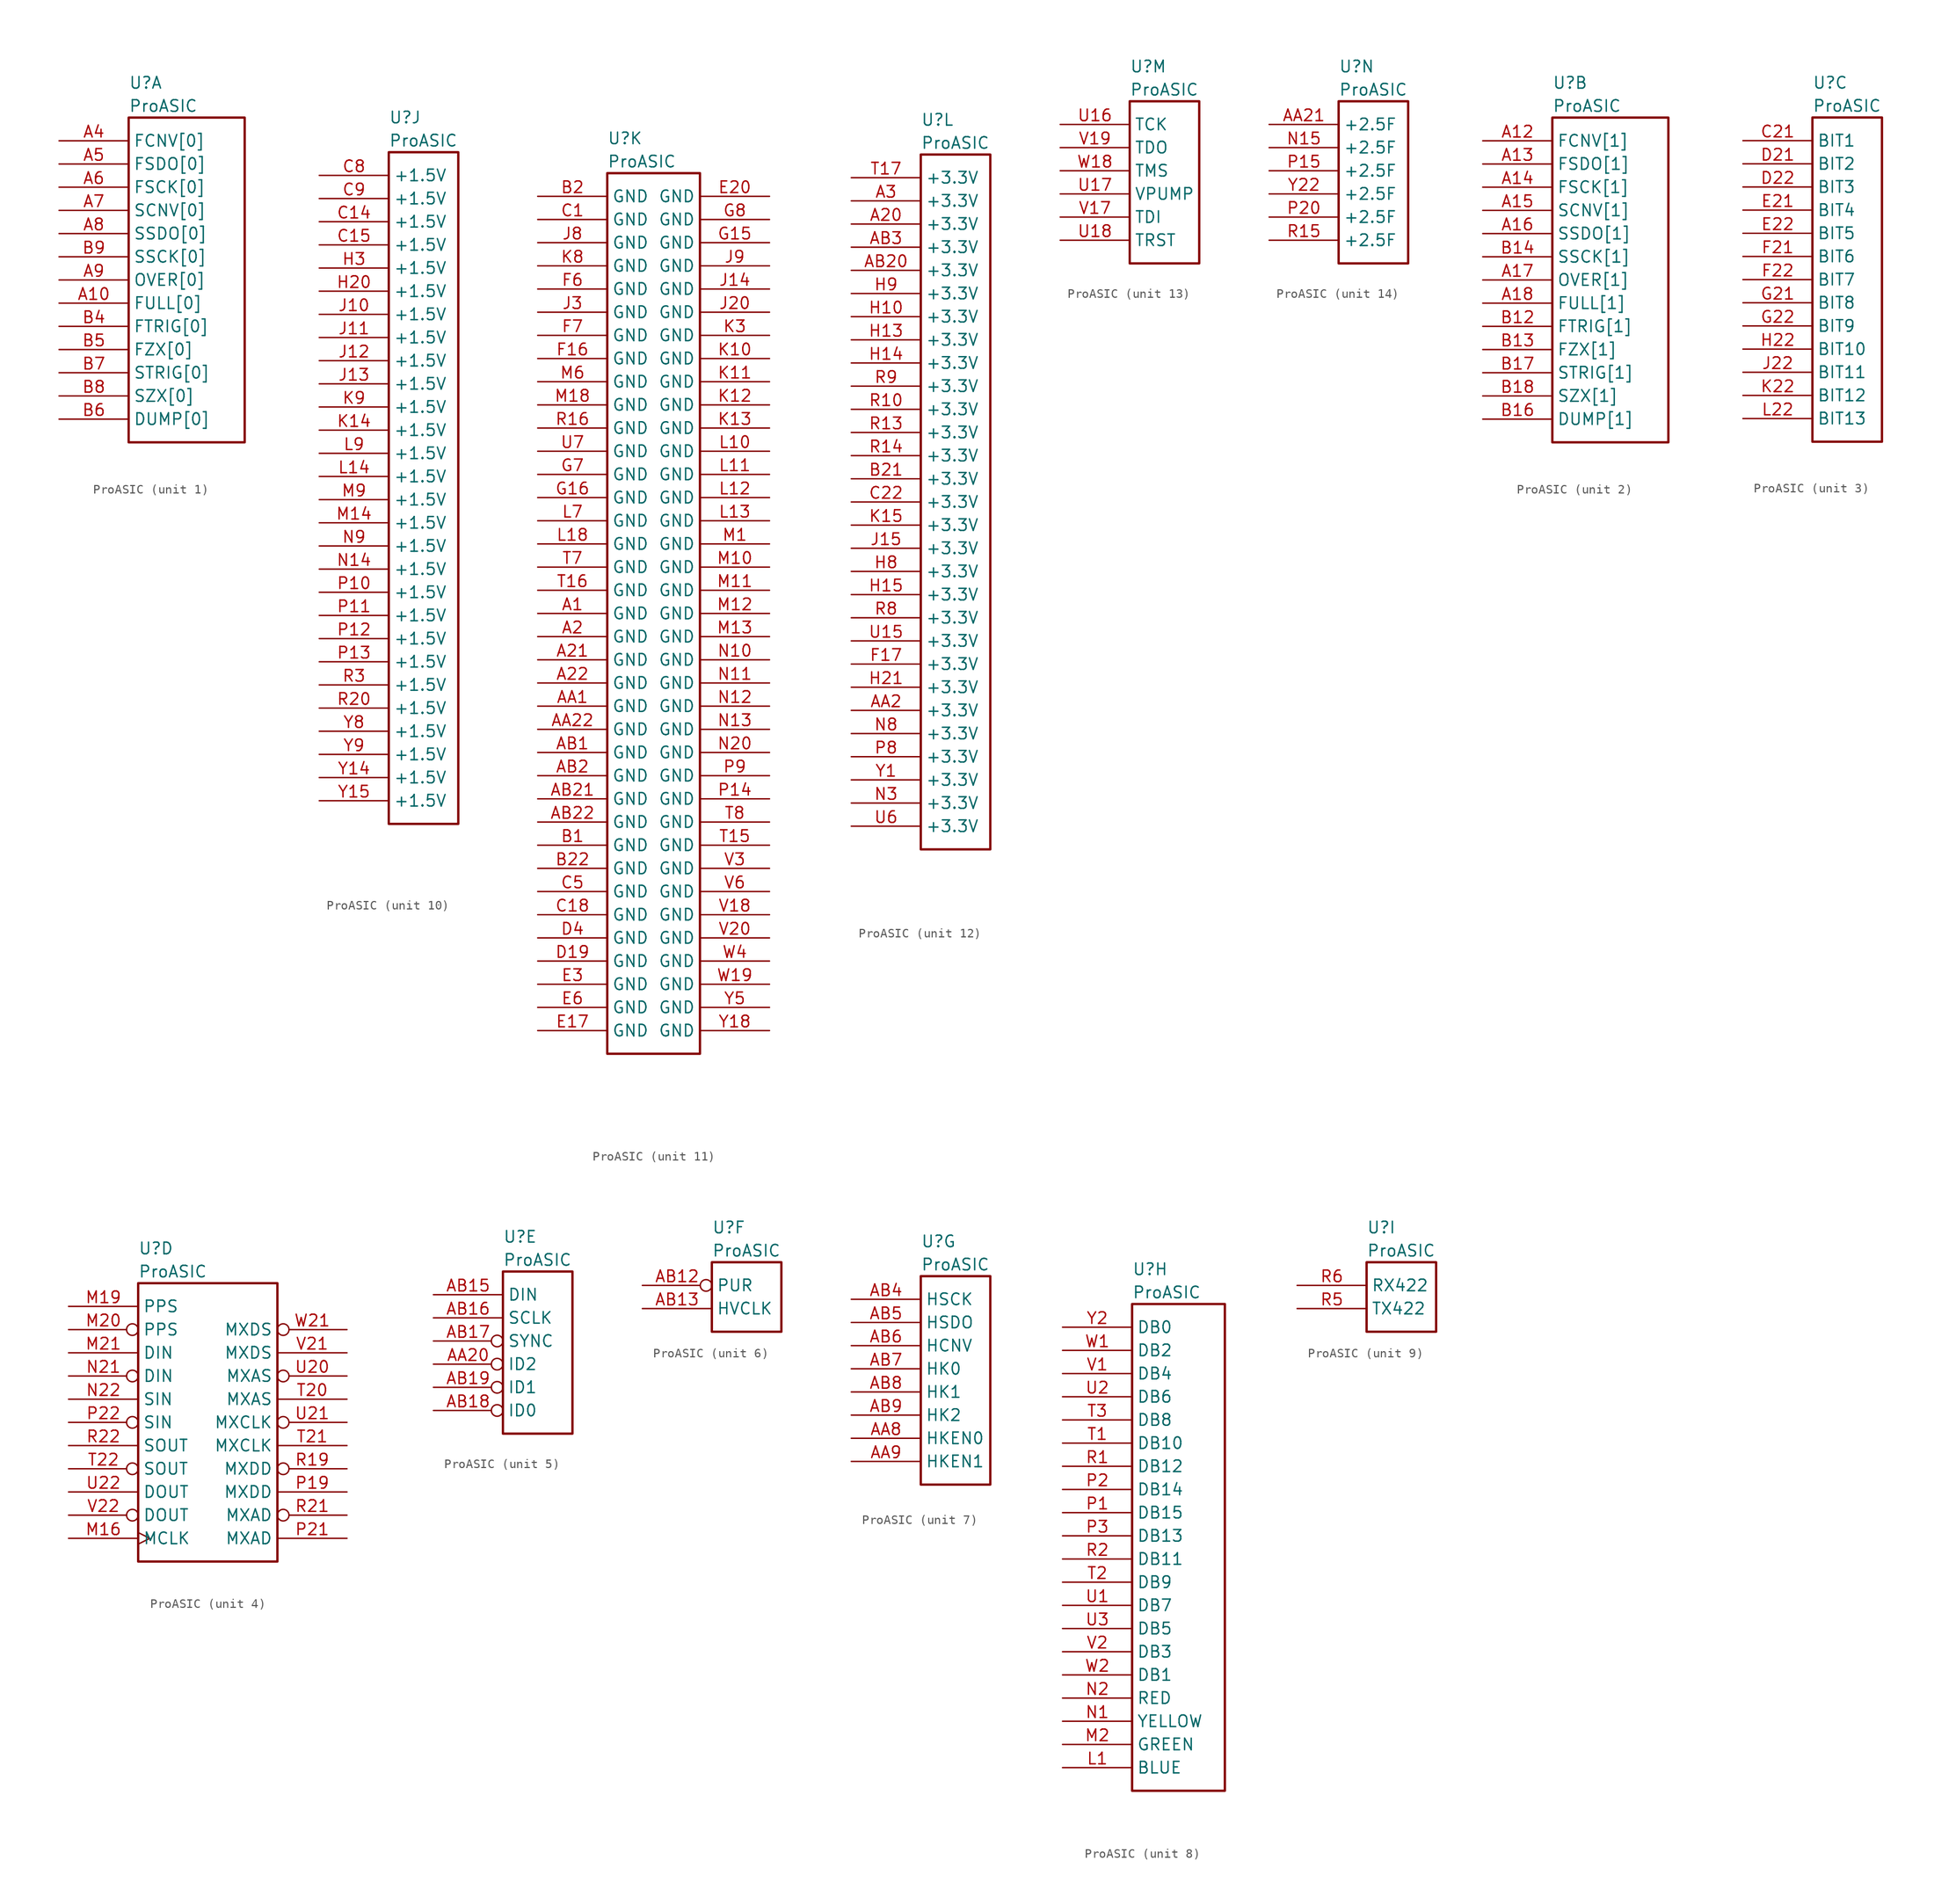
<source format=kicad_sym>
(kicad_symbol_lib
  (version 20231120)
  (generator "kicad_symbol_editor")
  (generator_version "8.0")
  (symbol "ProASIC"
    (property "Reference" "U"
      (at 7.62 6.35 0)
      (effects (font (size 1.27 1.27)) (justify left)))
    (property "Value" "ProASIC"
      (at 7.62 3.81 0)
      (effects (font (size 1.27 1.27)) (justify left)))
    (property "ki_locked" ""
      (at 0 0 0)
      (effects (font (size 1.27 1.27))))
    (symbol "ProASIC_1_1"
      (rectangle (start 7.62 2.54) (end 20.32 -33.02) (stroke (width 0.254) (type solid)) (fill (type none)))
      (pin input line (at 0 -17.78 0) (length 7.62) (name "FULL[0]" (effects (font (size 1.27 1.27)))) (number "A10" (effects (font (size 1.27 1.27)))))
      (pin output line (at 0 0 0) (length 7.62) (name "FCNV[0]" (effects (font (size 1.27 1.27)))) (number "A4" (effects (font (size 1.27 1.27)))))
      (pin input line (at 0 -2.54 0) (length 7.62) (name "FSDO[0]" (effects (font (size 1.27 1.27)))) (number "A5" (effects (font (size 1.27 1.27)))))
      (pin output line (at 0 -5.08 0) (length 7.62) (name "FSCK[0]" (effects (font (size 1.27 1.27)))) (number "A6" (effects (font (size 1.27 1.27)))))
      (pin output line (at 0 -7.62 0) (length 7.62) (name "SCNV[0]" (effects (font (size 1.27 1.27)))) (number "A7" (effects (font (size 1.27 1.27)))))
      (pin input line (at 0 -10.16 0) (length 7.62) (name "SSDO[0]" (effects (font (size 1.27 1.27)))) (number "A8" (effects (font (size 1.27 1.27)))))
      (pin input line (at 0 -15.24 0) (length 7.62) (name "OVER[0]" (effects (font (size 1.27 1.27)))) (number "A9" (effects (font (size 1.27 1.27)))))
      (pin input line (at 0 -20.32 0) (length 7.62) (name "FTRIG[0]" (effects (font (size 1.27 1.27)))) (number "B4" (effects (font (size 1.27 1.27)))))
      (pin input line (at 0 -22.86 0) (length 7.62) (name "FZX[0]" (effects (font (size 1.27 1.27)))) (number "B5" (effects (font (size 1.27 1.27)))))
      (pin output line (at 0 -30.48 0) (length 7.62) (name "DUMP[0]" (effects (font (size 1.27 1.27)))) (number "B6" (effects (font (size 1.27 1.27)))))
      (pin input line (at 0 -25.4 0) (length 7.62) (name "STRIG[0]" (effects (font (size 1.27 1.27)))) (number "B7" (effects (font (size 1.27 1.27)))))
      (pin input line (at 0 -27.94 0) (length 7.62) (name "SZX[0]" (effects (font (size 1.27 1.27)))) (number "B8" (effects (font (size 1.27 1.27)))))
      (pin output line (at 0 -12.7 0) (length 7.62) (name "SSCK[0]" (effects (font (size 1.27 1.27)))) (number "B9" (effects (font (size 1.27 1.27))))))
    (symbol "ProASIC_2_1"
      (rectangle (start 7.62 2.54) (end 20.32 -33.02) (stroke (width 0.254) (type solid)) (fill (type none)))
      (pin output line (at 0 0 0) (length 7.62) (name "FCNV[1]" (effects (font (size 1.27 1.27)))) (number "A12" (effects (font (size 1.27 1.27)))))
      (pin input line (at 0 -2.54 0) (length 7.62) (name "FSDO[1]" (effects (font (size 1.27 1.27)))) (number "A13" (effects (font (size 1.27 1.27)))))
      (pin output line (at 0 -5.08 0) (length 7.62) (name "FSCK[1]" (effects (font (size 1.27 1.27)))) (number "A14" (effects (font (size 1.27 1.27)))))
      (pin output line (at 0 -7.62 0) (length 7.62) (name "SCNV[1]" (effects (font (size 1.27 1.27)))) (number "A15" (effects (font (size 1.27 1.27)))))
      (pin input line (at 0 -10.16 0) (length 7.62) (name "SSDO[1]" (effects (font (size 1.27 1.27)))) (number "A16" (effects (font (size 1.27 1.27)))))
      (pin input line (at 0 -15.24 0) (length 7.62) (name "OVER[1]" (effects (font (size 1.27 1.27)))) (number "A17" (effects (font (size 1.27 1.27)))))
      (pin input line (at 0 -17.78 0) (length 7.62) (name "FULL[1]" (effects (font (size 1.27 1.27)))) (number "A18" (effects (font (size 1.27 1.27)))))
      (pin input line (at 0 -20.32 0) (length 7.62) (name "FTRIG[1]" (effects (font (size 1.27 1.27)))) (number "B12" (effects (font (size 1.27 1.27)))))
      (pin input line (at 0 -22.86 0) (length 7.62) (name "FZX[1]" (effects (font (size 1.27 1.27)))) (number "B13" (effects (font (size 1.27 1.27)))))
      (pin output line (at 0 -12.7 0) (length 7.62) (name "SSCK[1]" (effects (font (size 1.27 1.27)))) (number "B14" (effects (font (size 1.27 1.27)))))
      (pin output line (at 0 -30.48 0) (length 7.62) (name "DUMP[1]" (effects (font (size 1.27 1.27)))) (number "B16" (effects (font (size 1.27 1.27)))))
      (pin input line (at 0 -25.4 0) (length 7.62) (name "STRIG[1]" (effects (font (size 1.27 1.27)))) (number "B17" (effects (font (size 1.27 1.27)))))
      (pin input line (at 0 -27.94 0) (length 7.62) (name "SZX[1]" (effects (font (size 1.27 1.27)))) (number "B18" (effects (font (size 1.27 1.27))))))
    (symbol "ProASIC_3_1"
      (rectangle (start 7.62 2.54) (end 15.24 -33.02) (stroke (width 0.254) (type solid)) (fill (type none)))
      (pin input line (at 0 0 0) (length 7.62) (name "BIT1" (effects (font (size 1.27 1.27)))) (number "C21" (effects (font (size 1.27 1.27)))))
      (pin input line (at 0 -2.54 0) (length 7.62) (name "BIT2" (effects (font (size 1.27 1.27)))) (number "D21" (effects (font (size 1.27 1.27)))))
      (pin input line (at 0 -5.08 0) (length 7.62) (name "BIT3" (effects (font (size 1.27 1.27)))) (number "D22" (effects (font (size 1.27 1.27)))))
      (pin input line (at 0 -7.62 0) (length 7.62) (name "BIT4" (effects (font (size 1.27 1.27)))) (number "E21" (effects (font (size 1.27 1.27)))))
      (pin input line (at 0 -10.16 0) (length 7.62) (name "BIT5" (effects (font (size 1.27 1.27)))) (number "E22" (effects (font (size 1.27 1.27)))))
      (pin input line (at 0 -12.7 0) (length 7.62) (name "BIT6" (effects (font (size 1.27 1.27)))) (number "F21" (effects (font (size 1.27 1.27)))))
      (pin input line (at 0 -15.24 0) (length 7.62) (name "BIT7" (effects (font (size 1.27 1.27)))) (number "F22" (effects (font (size 1.27 1.27)))))
      (pin input line (at 0 -17.78 0) (length 7.62) (name "BIT8" (effects (font (size 1.27 1.27)))) (number "G21" (effects (font (size 1.27 1.27)))))
      (pin input line (at 0 -20.32 0) (length 7.62) (name "BIT9" (effects (font (size 1.27 1.27)))) (number "G22" (effects (font (size 1.27 1.27)))))
      (pin input line (at 0 -22.86 0) (length 7.62) (name "BIT10" (effects (font (size 1.27 1.27)))) (number "H22" (effects (font (size 1.27 1.27)))))
      (pin input line (at 0 -25.4 0) (length 7.62) (name "BIT11" (effects (font (size 1.27 1.27)))) (number "J22" (effects (font (size 1.27 1.27)))))
      (pin input line (at 0 -27.94 0) (length 7.62) (name "BIT12" (effects (font (size 1.27 1.27)))) (number "K22" (effects (font (size 1.27 1.27)))))
      (pin input line (at 0 -30.48 0) (length 7.62) (name "BIT13" (effects (font (size 1.27 1.27)))) (number "L22" (effects (font (size 1.27 1.27))))))
    (symbol "ProASIC_4_1"
      (rectangle (start 7.62 2.54) (end 22.86 -27.94) (stroke (width 0.254) (type solid)) (fill (type none)))
      (pin input clock (at 0 -25.4 0) (length 7.62) (name "MCLK" (effects (font (size 1.27 1.27)))) (number "M16" (effects (font (size 1.27 1.27)))))
      (pin input line (at 0 0 0) (length 7.62) (name "PPS" (effects (font (size 1.27 1.27)))) (number "M19" (effects (font (size 1.27 1.27)))))
      (pin input inverted (at 0 -2.54 0) (length 7.62) (name "PPS" (effects (font (size 1.27 1.27)))) (number "M20" (effects (font (size 1.27 1.27)))))
      (pin input line (at 0 -5.08 0) (length 7.62) (name "DIN" (effects (font (size 1.27 1.27)))) (number "M21" (effects (font (size 1.27 1.27)))))
      (pin input inverted (at 0 -7.62 0) (length 7.62) (name "DIN" (effects (font (size 1.27 1.27)))) (number "N21" (effects (font (size 1.27 1.27)))))
      (pin input line (at 0 -10.16 0) (length 7.62) (name "SIN" (effects (font (size 1.27 1.27)))) (number "N22" (effects (font (size 1.27 1.27)))))
      (pin output line (at 30.48 -20.32 180) (length 7.62) (name "MXDD" (effects (font (size 1.27 1.27)))) (number "P19" (effects (font (size 1.27 1.27)))))
      (pin input line (at 30.48 -25.4 180) (length 7.62) (name "MXAD" (effects (font (size 1.27 1.27)))) (number "P21" (effects (font (size 1.27 1.27)))))
      (pin input inverted (at 0 -12.7 0) (length 7.62) (name "SIN" (effects (font (size 1.27 1.27)))) (number "P22" (effects (font (size 1.27 1.27)))))
      (pin output inverted (at 30.48 -17.78 180) (length 7.62) (name "MXDD" (effects (font (size 1.27 1.27)))) (number "R19" (effects (font (size 1.27 1.27)))))
      (pin input inverted (at 30.48 -22.86 180) (length 7.62) (name "MXAD" (effects (font (size 1.27 1.27)))) (number "R21" (effects (font (size 1.27 1.27)))))
      (pin output line (at 0 -15.24 0) (length 7.62) (name "SOUT" (effects (font (size 1.27 1.27)))) (number "R22" (effects (font (size 1.27 1.27)))))
      (pin output line (at 30.48 -10.16 180) (length 7.62) (name "MXAS" (effects (font (size 1.27 1.27)))) (number "T20" (effects (font (size 1.27 1.27)))))
      (pin output line (at 30.48 -15.24 180) (length 7.62) (name "MXCLK" (effects (font (size 1.27 1.27)))) (number "T21" (effects (font (size 1.27 1.27)))))
      (pin output inverted (at 0 -17.78 0) (length 7.62) (name "SOUT" (effects (font (size 1.27 1.27)))) (number "T22" (effects (font (size 1.27 1.27)))))
      (pin output inverted (at 30.48 -7.62 180) (length 7.62) (name "MXAS" (effects (font (size 1.27 1.27)))) (number "U20" (effects (font (size 1.27 1.27)))))
      (pin output inverted (at 30.48 -12.7 180) (length 7.62) (name "MXCLK" (effects (font (size 1.27 1.27)))) (number "U21" (effects (font (size 1.27 1.27)))))
      (pin output line (at 0 -20.32 0) (length 7.62) (name "DOUT" (effects (font (size 1.27 1.27)))) (number "U22" (effects (font (size 1.27 1.27)))))
      (pin output line (at 30.48 -5.08 180) (length 7.62) (name "MXDS" (effects (font (size 1.27 1.27)))) (number "V21" (effects (font (size 1.27 1.27)))))
      (pin output inverted (at 0 -22.86 0) (length 7.62) (name "DOUT" (effects (font (size 1.27 1.27)))) (number "V22" (effects (font (size 1.27 1.27)))))
      (pin output inverted (at 30.48 -2.54 180) (length 7.62) (name "MXDS" (effects (font (size 1.27 1.27)))) (number "W21" (effects (font (size 1.27 1.27))))))
    (symbol "ProASIC_5_1"
      (rectangle (start 7.62 2.54) (end 15.24 -15.24) (stroke (width 0.254) (type solid)) (fill (type none)))
      (pin input inverted (at 0 -7.62 0) (length 7.62) (name "ID2" (effects (font (size 1.27 1.27)))) (number "AA20" (effects (font (size 1.27 1.27)))))
      (pin output line (at 0 0 0) (length 7.62) (name "DIN" (effects (font (size 1.27 1.27)))) (number "AB15" (effects (font (size 1.27 1.27)))))
      (pin output line (at 0 -2.54 0) (length 7.62) (name "SCLK" (effects (font (size 1.27 1.27)))) (number "AB16" (effects (font (size 1.27 1.27)))))
      (pin output inverted (at 0 -5.08 0) (length 7.62) (name "SYNC" (effects (font (size 1.27 1.27)))) (number "AB17" (effects (font (size 1.27 1.27)))))
      (pin input inverted (at 0 -12.7 0) (length 7.62) (name "ID0" (effects (font (size 1.27 1.27)))) (number "AB18" (effects (font (size 1.27 1.27)))))
      (pin input inverted (at 0 -10.16 0) (length 7.62) (name "ID1" (effects (font (size 1.27 1.27)))) (number "AB19" (effects (font (size 1.27 1.27))))))
    (symbol "ProASIC_6_1"
      (rectangle (start 7.62 2.54) (end 15.24 -5.08) (stroke (width 0.254) (type solid)) (fill (type none)))
      (pin input inverted (at 0 0 0) (length 7.62) (name "PUR" (effects (font (size 1.27 1.27)))) (number "AB12" (effects (font (size 1.27 1.27)))))
      (pin output line (at 0 -2.54 0) (length 7.62) (name "HVCLK" (effects (font (size 1.27 1.27)))) (number "AB13" (effects (font (size 1.27 1.27))))))
    (symbol "ProASIC_7_1"
      (rectangle (start 7.62 2.54) (end 15.24 -20.32) (stroke (width 0.254) (type solid)) (fill (type none)))
      (pin output line (at 0 -15.24 0) (length 7.62) (name "HKEN0" (effects (font (size 1.27 1.27)))) (number "AA8" (effects (font (size 1.27 1.27)))))
      (pin output line (at 0 -17.78 0) (length 7.62) (name "HKEN1" (effects (font (size 1.27 1.27)))) (number "AA9" (effects (font (size 1.27 1.27)))))
      (pin output line (at 0 0 0) (length 7.62) (name "HSCK" (effects (font (size 1.27 1.27)))) (number "AB4" (effects (font (size 1.27 1.27)))))
      (pin input line (at 0 -2.54 0) (length 7.62) (name "HSDO" (effects (font (size 1.27 1.27)))) (number "AB5" (effects (font (size 1.27 1.27)))))
      (pin output line (at 0 -5.08 0) (length 7.62) (name "HCNV" (effects (font (size 1.27 1.27)))) (number "AB6" (effects (font (size 1.27 1.27)))))
      (pin output line (at 0 -7.62 0) (length 7.62) (name "HK0" (effects (font (size 1.27 1.27)))) (number "AB7" (effects (font (size 1.27 1.27)))))
      (pin output line (at 0 -10.16 0) (length 7.62) (name "HK1" (effects (font (size 1.27 1.27)))) (number "AB8" (effects (font (size 1.27 1.27)))))
      (pin output line (at 0 -12.7 0) (length 7.62) (name "HK2" (effects (font (size 1.27 1.27)))) (number "AB9" (effects (font (size 1.27 1.27))))))
    (symbol "ProASIC_8_1"
      (rectangle (start 7.62 2.54) (end 17.78 -50.8) (stroke (width 0.254) (type solid)) (fill (type none)))
      (pin output line (at 0 -48.26 0) (length 7.62) (name "BLUE" (effects (font (size 1.27 1.27)))) (number "L1" (effects (font (size 1.27 1.27)))))
      (pin output line (at 0 -45.72 0) (length 7.62) (name "GREEN" (effects (font (size 1.27 1.27)))) (number "M2" (effects (font (size 1.27 1.27)))))
      (pin output line (at 0 -43.18 0) (length 7.62) (name "YELLOW" (effects (font (size 1.27 1.27)))) (number "N1" (effects (font (size 1.27 1.27)))))
      (pin output line (at 0 -40.64 0) (length 7.62) (name "RED" (effects (font (size 1.27 1.27)))) (number "N2" (effects (font (size 1.27 1.27)))))
      (pin output line (at 0 -20.32 0) (length 7.62) (name "DB15" (effects (font (size 1.27 1.27)))) (number "P1" (effects (font (size 1.27 1.27)))))
      (pin output line (at 0 -17.78 0) (length 7.62) (name "DB14" (effects (font (size 1.27 1.27)))) (number "P2" (effects (font (size 1.27 1.27)))))
      (pin output line (at 0 -22.86 0) (length 7.62) (name "DB13" (effects (font (size 1.27 1.27)))) (number "P3" (effects (font (size 1.27 1.27)))))
      (pin output line (at 0 -15.24 0) (length 7.62) (name "DB12" (effects (font (size 1.27 1.27)))) (number "R1" (effects (font (size 1.27 1.27)))))
      (pin output line (at 0 -25.4 0) (length 7.62) (name "DB11" (effects (font (size 1.27 1.27)))) (number "R2" (effects (font (size 1.27 1.27)))))
      (pin output line (at 0 -12.7 0) (length 7.62) (name "DB10" (effects (font (size 1.27 1.27)))) (number "T1" (effects (font (size 1.27 1.27)))))
      (pin output line (at 0 -27.94 0) (length 7.62) (name "DB9" (effects (font (size 1.27 1.27)))) (number "T2" (effects (font (size 1.27 1.27)))))
      (pin output line (at 0 -10.16 0) (length 7.62) (name "DB8" (effects (font (size 1.27 1.27)))) (number "T3" (effects (font (size 1.27 1.27)))))
      (pin output line (at 0 -30.48 0) (length 7.62) (name "DB7" (effects (font (size 1.27 1.27)))) (number "U1" (effects (font (size 1.27 1.27)))))
      (pin output line (at 0 -7.62 0) (length 7.62) (name "DB6" (effects (font (size 1.27 1.27)))) (number "U2" (effects (font (size 1.27 1.27)))))
      (pin output line (at 0 -33.02 0) (length 7.62) (name "DB5" (effects (font (size 1.27 1.27)))) (number "U3" (effects (font (size 1.27 1.27)))))
      (pin output line (at 0 -5.08 0) (length 7.62) (name "DB4" (effects (font (size 1.27 1.27)))) (number "V1" (effects (font (size 1.27 1.27)))))
      (pin output line (at 0 -35.56 0) (length 7.62) (name "DB3" (effects (font (size 1.27 1.27)))) (number "V2" (effects (font (size 1.27 1.27)))))
      (pin output line (at 0 -2.54 0) (length 7.62) (name "DB2" (effects (font (size 1.27 1.27)))) (number "W1" (effects (font (size 1.27 1.27)))))
      (pin output line (at 0 -38.1 0) (length 7.62) (name "DB1" (effects (font (size 1.27 1.27)))) (number "W2" (effects (font (size 1.27 1.27)))))
      (pin output line (at 0 0 0) (length 7.62) (name "DB0" (effects (font (size 1.27 1.27)))) (number "Y2" (effects (font (size 1.27 1.27))))))
    (symbol "ProASIC_9_1"
      (rectangle (start 7.62 2.54) (end 15.24 -5.08) (stroke (width 0.254) (type solid)) (fill (type none)))
      (pin output line (at 0 -2.54 0) (length 7.62) (name "TX422" (effects (font (size 1.27 1.27)))) (number "R5" (effects (font (size 1.27 1.27)))))
      (pin input line (at 0 0 0) (length 7.62) (name "RX422" (effects (font (size 1.27 1.27)))) (number "R6" (effects (font (size 1.27 1.27))))))
    (symbol "ProASIC_10_1"
      (rectangle (start 7.62 2.54) (end 15.24 -71.12) (stroke (width 0.254) (type solid)) (fill (type none)))
      (pin power_in line (at 0 -5.08 0) (length 7.62) (name "+1.5V" (effects (font (size 1.27 1.27)))) (number "C14" (effects (font (size 1.27 1.27)))))
      (pin power_in line (at 0 -7.62 0) (length 7.62) (name "+1.5V" (effects (font (size 1.27 1.27)))) (number "C15" (effects (font (size 1.27 1.27)))))
      (pin power_in line (at 0 0 0) (length 7.62) (name "+1.5V" (effects (font (size 1.27 1.27)))) (number "C8" (effects (font (size 1.27 1.27)))))
      (pin power_in line (at 0 -2.54 0) (length 7.62) (name "+1.5V" (effects (font (size 1.27 1.27)))) (number "C9" (effects (font (size 1.27 1.27)))))
      (pin power_in line (at 0 -12.7 0) (length 7.62) (name "+1.5V" (effects (font (size 1.27 1.27)))) (number "H20" (effects (font (size 1.27 1.27)))))
      (pin power_in line (at 0 -10.16 0) (length 7.62) (name "+1.5V" (effects (font (size 1.27 1.27)))) (number "H3" (effects (font (size 1.27 1.27)))))
      (pin power_in line (at 0 -15.24 0) (length 7.62) (name "+1.5V" (effects (font (size 1.27 1.27)))) (number "J10" (effects (font (size 1.27 1.27)))))
      (pin power_in line (at 0 -17.78 0) (length 7.62) (name "+1.5V" (effects (font (size 1.27 1.27)))) (number "J11" (effects (font (size 1.27 1.27)))))
      (pin power_in line (at 0 -20.32 0) (length 7.62) (name "+1.5V" (effects (font (size 1.27 1.27)))) (number "J12" (effects (font (size 1.27 1.27)))))
      (pin power_in line (at 0 -22.86 0) (length 7.62) (name "+1.5V" (effects (font (size 1.27 1.27)))) (number "J13" (effects (font (size 1.27 1.27)))))
      (pin power_in line (at 0 -27.94 0) (length 7.62) (name "+1.5V" (effects (font (size 1.27 1.27)))) (number "K14" (effects (font (size 1.27 1.27)))))
      (pin power_in line (at 0 -25.4 0) (length 7.62) (name "+1.5V" (effects (font (size 1.27 1.27)))) (number "K9" (effects (font (size 1.27 1.27)))))
      (pin power_in line (at 0 -33.02 0) (length 7.62) (name "+1.5V" (effects (font (size 1.27 1.27)))) (number "L14" (effects (font (size 1.27 1.27)))))
      (pin power_in line (at 0 -30.48 0) (length 7.62) (name "+1.5V" (effects (font (size 1.27 1.27)))) (number "L9" (effects (font (size 1.27 1.27)))))
      (pin power_in line (at 0 -38.1 0) (length 7.62) (name "+1.5V" (effects (font (size 1.27 1.27)))) (number "M14" (effects (font (size 1.27 1.27)))))
      (pin power_in line (at 0 -35.56 0) (length 7.62) (name "+1.5V" (effects (font (size 1.27 1.27)))) (number "M9" (effects (font (size 1.27 1.27)))))
      (pin power_in line (at 0 -43.18 0) (length 7.62) (name "+1.5V" (effects (font (size 1.27 1.27)))) (number "N14" (effects (font (size 1.27 1.27)))))
      (pin power_in line (at 0 -40.64 0) (length 7.62) (name "+1.5V" (effects (font (size 1.27 1.27)))) (number "N9" (effects (font (size 1.27 1.27)))))
      (pin power_in line (at 0 -45.72 0) (length 7.62) (name "+1.5V" (effects (font (size 1.27 1.27)))) (number "P10" (effects (font (size 1.27 1.27)))))
      (pin power_in line (at 0 -48.26 0) (length 7.62) (name "+1.5V" (effects (font (size 1.27 1.27)))) (number "P11" (effects (font (size 1.27 1.27)))))
      (pin power_in line (at 0 -50.8 0) (length 7.62) (name "+1.5V" (effects (font (size 1.27 1.27)))) (number "P12" (effects (font (size 1.27 1.27)))))
      (pin power_in line (at 0 -53.34 0) (length 7.62) (name "+1.5V" (effects (font (size 1.27 1.27)))) (number "P13" (effects (font (size 1.27 1.27)))))
      (pin power_in line (at 0 -58.42 0) (length 7.62) (name "+1.5V" (effects (font (size 1.27 1.27)))) (number "R20" (effects (font (size 1.27 1.27)))))
      (pin power_in line (at 0 -55.88 0) (length 7.62) (name "+1.5V" (effects (font (size 1.27 1.27)))) (number "R3" (effects (font (size 1.27 1.27)))))
      (pin power_in line (at 0 -66.04 0) (length 7.62) (name "+1.5V" (effects (font (size 1.27 1.27)))) (number "Y14" (effects (font (size 1.27 1.27)))))
      (pin power_in line (at 0 -68.58 0) (length 7.62) (name "+1.5V" (effects (font (size 1.27 1.27)))) (number "Y15" (effects (font (size 1.27 1.27)))))
      (pin power_in line (at 0 -60.96 0) (length 7.62) (name "+1.5V" (effects (font (size 1.27 1.27)))) (number "Y8" (effects (font (size 1.27 1.27)))))
      (pin power_in line (at 0 -63.5 0) (length 7.62) (name "+1.5V" (effects (font (size 1.27 1.27)))) (number "Y9" (effects (font (size 1.27 1.27))))))
    (symbol "ProASIC_11_1"
      (rectangle (start 7.62 2.54) (end 17.78 -93.98) (stroke (width 0.254) (type solid)) (fill (type none)))
      (pin power_in line (at 0 -45.72 0) (length 7.62) (name "GND" (effects (font (size 1.27 1.27)))) (number "A1" (effects (font (size 1.27 1.27)))))
      (pin power_in line (at 0 -48.26 0) (length 7.62) (name "GND" (effects (font (size 1.27 1.27)))) (number "A2" (effects (font (size 1.27 1.27)))))
      (pin power_in line (at 0 -50.8 0) (length 7.62) (name "GND" (effects (font (size 1.27 1.27)))) (number "A21" (effects (font (size 1.27 1.27)))))
      (pin power_in line (at 0 -53.34 0) (length 7.62) (name "GND" (effects (font (size 1.27 1.27)))) (number "A22" (effects (font (size 1.27 1.27)))))
      (pin power_in line (at 0 -55.88 0) (length 7.62) (name "GND" (effects (font (size 1.27 1.27)))) (number "AA1" (effects (font (size 1.27 1.27)))))
      (pin power_in line (at 0 -58.42 0) (length 7.62) (name "GND" (effects (font (size 1.27 1.27)))) (number "AA22" (effects (font (size 1.27 1.27)))))
      (pin power_in line (at 0 -60.96 0) (length 7.62) (name "GND" (effects (font (size 1.27 1.27)))) (number "AB1" (effects (font (size 1.27 1.27)))))
      (pin power_in line (at 0 -63.5 0) (length 7.62) (name "GND" (effects (font (size 1.27 1.27)))) (number "AB2" (effects (font (size 1.27 1.27)))))
      (pin power_in line (at 0 -66.04 0) (length 7.62) (name "GND" (effects (font (size 1.27 1.27)))) (number "AB21" (effects (font (size 1.27 1.27)))))
      (pin power_in line (at 0 -68.58 0) (length 7.62) (name "GND" (effects (font (size 1.27 1.27)))) (number "AB22" (effects (font (size 1.27 1.27)))))
      (pin power_in line (at 0 -71.12 0) (length 7.62) (name "GND" (effects (font (size 1.27 1.27)))) (number "B1" (effects (font (size 1.27 1.27)))))
      (pin power_in line (at 0 0 0) (length 7.62) (name "GND" (effects (font (size 1.27 1.27)))) (number "B2" (effects (font (size 1.27 1.27)))))
      (pin power_in line (at 0 -73.66 0) (length 7.62) (name "GND" (effects (font (size 1.27 1.27)))) (number "B22" (effects (font (size 1.27 1.27)))))
      (pin power_in line (at 0 -2.54 0) (length 7.62) (name "GND" (effects (font (size 1.27 1.27)))) (number "C1" (effects (font (size 1.27 1.27)))))
      (pin power_in line (at 0 -78.74 0) (length 7.62) (name "GND" (effects (font (size 1.27 1.27)))) (number "C18" (effects (font (size 1.27 1.27)))))
      (pin power_in line (at 0 -76.2 0) (length 7.62) (name "GND" (effects (font (size 1.27 1.27)))) (number "C5" (effects (font (size 1.27 1.27)))))
      (pin power_in line (at 0 -83.82 0) (length 7.62) (name "GND" (effects (font (size 1.27 1.27)))) (number "D19" (effects (font (size 1.27 1.27)))))
      (pin power_in line (at 0 -81.28 0) (length 7.62) (name "GND" (effects (font (size 1.27 1.27)))) (number "D4" (effects (font (size 1.27 1.27)))))
      (pin power_in line (at 0 -91.44 0) (length 7.62) (name "GND" (effects (font (size 1.27 1.27)))) (number "E17" (effects (font (size 1.27 1.27)))))
      (pin power_in line (at 25.4 0 180) (length 7.62) (name "GND" (effects (font (size 1.27 1.27)))) (number "E20" (effects (font (size 1.27 1.27)))))
      (pin power_in line (at 0 -86.36 0) (length 7.62) (name "GND" (effects (font (size 1.27 1.27)))) (number "E3" (effects (font (size 1.27 1.27)))))
      (pin power_in line (at 0 -88.9 0) (length 7.62) (name "GND" (effects (font (size 1.27 1.27)))) (number "E6" (effects (font (size 1.27 1.27)))))
      (pin power_in line (at 0 -17.78 0) (length 7.62) (name "GND" (effects (font (size 1.27 1.27)))) (number "F16" (effects (font (size 1.27 1.27)))))
      (pin power_in line (at 0 -10.16 0) (length 7.62) (name "GND" (effects (font (size 1.27 1.27)))) (number "F6" (effects (font (size 1.27 1.27)))))
      (pin power_in line (at 0 -15.24 0) (length 7.62) (name "GND" (effects (font (size 1.27 1.27)))) (number "F7" (effects (font (size 1.27 1.27)))))
      (pin power_in line (at 25.4 -5.08 180) (length 7.62) (name "GND" (effects (font (size 1.27 1.27)))) (number "G15" (effects (font (size 1.27 1.27)))))
      (pin power_in line (at 0 -33.02 0) (length 7.62) (name "GND" (effects (font (size 1.27 1.27)))) (number "G16" (effects (font (size 1.27 1.27)))))
      (pin power_in line (at 0 -30.48 0) (length 7.62) (name "GND" (effects (font (size 1.27 1.27)))) (number "G7" (effects (font (size 1.27 1.27)))))
      (pin power_in line (at 25.4 -2.54 180) (length 7.62) (name "GND" (effects (font (size 1.27 1.27)))) (number "G8" (effects (font (size 1.27 1.27)))))
      (pin power_in line (at 25.4 -10.16 180) (length 7.62) (name "GND" (effects (font (size 1.27 1.27)))) (number "J14" (effects (font (size 1.27 1.27)))))
      (pin power_in line (at 25.4 -12.7 180) (length 7.62) (name "GND" (effects (font (size 1.27 1.27)))) (number "J20" (effects (font (size 1.27 1.27)))))
      (pin power_in line (at 0 -12.7 0) (length 7.62) (name "GND" (effects (font (size 1.27 1.27)))) (number "J3" (effects (font (size 1.27 1.27)))))
      (pin power_in line (at 0 -5.08 0) (length 7.62) (name "GND" (effects (font (size 1.27 1.27)))) (number "J8" (effects (font (size 1.27 1.27)))))
      (pin power_in line (at 25.4 -7.62 180) (length 7.62) (name "GND" (effects (font (size 1.27 1.27)))) (number "J9" (effects (font (size 1.27 1.27)))))
      (pin power_in line (at 25.4 -17.78 180) (length 7.62) (name "GND" (effects (font (size 1.27 1.27)))) (number "K10" (effects (font (size 1.27 1.27)))))
      (pin power_in line (at 25.4 -20.32 180) (length 7.62) (name "GND" (effects (font (size 1.27 1.27)))) (number "K11" (effects (font (size 1.27 1.27)))))
      (pin power_in line (at 25.4 -22.86 180) (length 7.62) (name "GND" (effects (font (size 1.27 1.27)))) (number "K12" (effects (font (size 1.27 1.27)))))
      (pin power_in line (at 25.4 -25.4 180) (length 7.62) (name "GND" (effects (font (size 1.27 1.27)))) (number "K13" (effects (font (size 1.27 1.27)))))
      (pin power_in line (at 25.4 -15.24 180) (length 7.62) (name "GND" (effects (font (size 1.27 1.27)))) (number "K3" (effects (font (size 1.27 1.27)))))
      (pin power_in line (at 0 -7.62 0) (length 7.62) (name "GND" (effects (font (size 1.27 1.27)))) (number "K8" (effects (font (size 1.27 1.27)))))
      (pin power_in line (at 25.4 -27.94 180) (length 7.62) (name "GND" (effects (font (size 1.27 1.27)))) (number "L10" (effects (font (size 1.27 1.27)))))
      (pin power_in line (at 25.4 -30.48 180) (length 7.62) (name "GND" (effects (font (size 1.27 1.27)))) (number "L11" (effects (font (size 1.27 1.27)))))
      (pin power_in line (at 25.4 -33.02 180) (length 7.62) (name "GND" (effects (font (size 1.27 1.27)))) (number "L12" (effects (font (size 1.27 1.27)))))
      (pin power_in line (at 25.4 -35.56 180) (length 7.62) (name "GND" (effects (font (size 1.27 1.27)))) (number "L13" (effects (font (size 1.27 1.27)))))
      (pin power_in line (at 0 -38.1 0) (length 7.62) (name "GND" (effects (font (size 1.27 1.27)))) (number "L18" (effects (font (size 1.27 1.27)))))
      (pin power_in line (at 0 -35.56 0) (length 7.62) (name "GND" (effects (font (size 1.27 1.27)))) (number "L7" (effects (font (size 1.27 1.27)))))
      (pin power_in line (at 25.4 -38.1 180) (length 7.62) (name "GND" (effects (font (size 1.27 1.27)))) (number "M1" (effects (font (size 1.27 1.27)))))
      (pin power_in line (at 25.4 -40.64 180) (length 7.62) (name "GND" (effects (font (size 1.27 1.27)))) (number "M10" (effects (font (size 1.27 1.27)))))
      (pin power_in line (at 25.4 -43.18 180) (length 7.62) (name "GND" (effects (font (size 1.27 1.27)))) (number "M11" (effects (font (size 1.27 1.27)))))
      (pin power_in line (at 25.4 -45.72 180) (length 7.62) (name "GND" (effects (font (size 1.27 1.27)))) (number "M12" (effects (font (size 1.27 1.27)))))
      (pin power_in line (at 25.4 -48.26 180) (length 7.62) (name "GND" (effects (font (size 1.27 1.27)))) (number "M13" (effects (font (size 1.27 1.27)))))
      (pin power_in line (at 0 -22.86 0) (length 7.62) (name "GND" (effects (font (size 1.27 1.27)))) (number "M18" (effects (font (size 1.27 1.27)))))
      (pin power_in line (at 0 -20.32 0) (length 7.62) (name "GND" (effects (font (size 1.27 1.27)))) (number "M6" (effects (font (size 1.27 1.27)))))
      (pin power_in line (at 25.4 -50.8 180) (length 7.62) (name "GND" (effects (font (size 1.27 1.27)))) (number "N10" (effects (font (size 1.27 1.27)))))
      (pin power_in line (at 25.4 -53.34 180) (length 7.62) (name "GND" (effects (font (size 1.27 1.27)))) (number "N11" (effects (font (size 1.27 1.27)))))
      (pin power_in line (at 25.4 -55.88 180) (length 7.62) (name "GND" (effects (font (size 1.27 1.27)))) (number "N12" (effects (font (size 1.27 1.27)))))
      (pin power_in line (at 25.4 -58.42 180) (length 7.62) (name "GND" (effects (font (size 1.27 1.27)))) (number "N13" (effects (font (size 1.27 1.27)))))
      (pin power_in line (at 25.4 -60.96 180) (length 7.62) (name "GND" (effects (font (size 1.27 1.27)))) (number "N20" (effects (font (size 1.27 1.27)))))
      (pin power_in line (at 25.4 -66.04 180) (length 7.62) (name "GND" (effects (font (size 1.27 1.27)))) (number "P14" (effects (font (size 1.27 1.27)))))
      (pin power_in line (at 25.4 -63.5 180) (length 7.62) (name "GND" (effects (font (size 1.27 1.27)))) (number "P9" (effects (font (size 1.27 1.27)))))
      (pin power_in line (at 0 -25.4 0) (length 7.62) (name "GND" (effects (font (size 1.27 1.27)))) (number "R16" (effects (font (size 1.27 1.27)))))
      (pin power_in line (at 25.4 -71.12 180) (length 7.62) (name "GND" (effects (font (size 1.27 1.27)))) (number "T15" (effects (font (size 1.27 1.27)))))
      (pin power_in line (at 0 -43.18 0) (length 7.62) (name "GND" (effects (font (size 1.27 1.27)))) (number "T16" (effects (font (size 1.27 1.27)))))
      (pin power_in line (at 0 -40.64 0) (length 7.62) (name "GND" (effects (font (size 1.27 1.27)))) (number "T7" (effects (font (size 1.27 1.27)))))
      (pin power_in line (at 25.4 -68.58 180) (length 7.62) (name "GND" (effects (font (size 1.27 1.27)))) (number "T8" (effects (font (size 1.27 1.27)))))
      (pin power_in line (at 0 -27.94 0) (length 7.62) (name "GND" (effects (font (size 1.27 1.27)))) (number "U7" (effects (font (size 1.27 1.27)))))
      (pin power_in line (at 25.4 -78.74 180) (length 7.62) (name "GND" (effects (font (size 1.27 1.27)))) (number "V18" (effects (font (size 1.27 1.27)))))
      (pin power_in line (at 25.4 -81.28 180) (length 7.62) (name "GND" (effects (font (size 1.27 1.27)))) (number "V20" (effects (font (size 1.27 1.27)))))
      (pin power_in line (at 25.4 -73.66 180) (length 7.62) (name "GND" (effects (font (size 1.27 1.27)))) (number "V3" (effects (font (size 1.27 1.27)))))
      (pin power_in line (at 25.4 -76.2 180) (length 7.62) (name "GND" (effects (font (size 1.27 1.27)))) (number "V6" (effects (font (size 1.27 1.27)))))
      (pin power_in line (at 25.4 -86.36 180) (length 7.62) (name "GND" (effects (font (size 1.27 1.27)))) (number "W19" (effects (font (size 1.27 1.27)))))
      (pin power_in line (at 25.4 -83.82 180) (length 7.62) (name "GND" (effects (font (size 1.27 1.27)))) (number "W4" (effects (font (size 1.27 1.27)))))
      (pin power_in line (at 25.4 -91.44 180) (length 7.62) (name "GND" (effects (font (size 1.27 1.27)))) (number "Y18" (effects (font (size 1.27 1.27)))))
      (pin power_in line (at 25.4 -88.9 180) (length 7.62) (name "GND" (effects (font (size 1.27 1.27)))) (number "Y5" (effects (font (size 1.27 1.27))))))
    (symbol "ProASIC_12_1"
      (rectangle (start 7.62 2.54) (end 15.24 -73.66) (stroke (width 0.254) (type solid)) (fill (type none)))
      (pin power_in line (at 0 -5.08 0) (length 7.62) (name "+3.3V" (effects (font (size 1.27 1.27)))) (number "A20" (effects (font (size 1.27 1.27)))))
      (pin power_in line (at 0 -2.54 0) (length 7.62) (name "+3.3V" (effects (font (size 1.27 1.27)))) (number "A3" (effects (font (size 1.27 1.27)))))
      (pin power_in line (at 0 -58.42 0) (length 7.62) (name "+3.3V" (effects (font (size 1.27 1.27)))) (number "AA2" (effects (font (size 1.27 1.27)))))
      (pin power_in line (at 0 -10.16 0) (length 7.62) (name "+3.3V" (effects (font (size 1.27 1.27)))) (number "AB20" (effects (font (size 1.27 1.27)))))
      (pin power_in line (at 0 -7.62 0) (length 7.62) (name "+3.3V" (effects (font (size 1.27 1.27)))) (number "AB3" (effects (font (size 1.27 1.27)))))
      (pin power_in line (at 0 -33.02 0) (length 7.62) (name "+3.3V" (effects (font (size 1.27 1.27)))) (number "B21" (effects (font (size 1.27 1.27)))))
      (pin power_in line (at 0 -35.56 0) (length 7.62) (name "+3.3V" (effects (font (size 1.27 1.27)))) (number "C22" (effects (font (size 1.27 1.27)))))
      (pin power_in line (at 0 -53.34 0) (length 7.62) (name "+3.3V" (effects (font (size 1.27 1.27)))) (number "F17" (effects (font (size 1.27 1.27)))))
      (pin power_in line (at 0 -15.24 0) (length 7.62) (name "+3.3V" (effects (font (size 1.27 1.27)))) (number "H10" (effects (font (size 1.27 1.27)))))
      (pin power_in line (at 0 -17.78 0) (length 7.62) (name "+3.3V" (effects (font (size 1.27 1.27)))) (number "H13" (effects (font (size 1.27 1.27)))))
      (pin power_in line (at 0 -20.32 0) (length 7.62) (name "+3.3V" (effects (font (size 1.27 1.27)))) (number "H14" (effects (font (size 1.27 1.27)))))
      (pin power_in line (at 0 -45.72 0) (length 7.62) (name "+3.3V" (effects (font (size 1.27 1.27)))) (number "H15" (effects (font (size 1.27 1.27)))))
      (pin power_in line (at 0 -55.88 0) (length 7.62) (name "+3.3V" (effects (font (size 1.27 1.27)))) (number "H21" (effects (font (size 1.27 1.27)))))
      (pin power_in line (at 0 -43.18 0) (length 7.62) (name "+3.3V" (effects (font (size 1.27 1.27)))) (number "H8" (effects (font (size 1.27 1.27)))))
      (pin power_in line (at 0 -12.7 0) (length 7.62) (name "+3.3V" (effects (font (size 1.27 1.27)))) (number "H9" (effects (font (size 1.27 1.27)))))
      (pin power_in line (at 0 -40.64 0) (length 7.62) (name "+3.3V" (effects (font (size 1.27 1.27)))) (number "J15" (effects (font (size 1.27 1.27)))))
      (pin power_in line (at 0 -38.1 0) (length 7.62) (name "+3.3V" (effects (font (size 1.27 1.27)))) (number "K15" (effects (font (size 1.27 1.27)))))
      (pin power_in line (at 0 -68.58 0) (length 7.62) (name "+3.3V" (effects (font (size 1.27 1.27)))) (number "N3" (effects (font (size 1.27 1.27)))))
      (pin power_in line (at 0 -60.96 0) (length 7.62) (name "+3.3V" (effects (font (size 1.27 1.27)))) (number "N8" (effects (font (size 1.27 1.27)))))
      (pin power_in line (at 0 -63.5 0) (length 7.62) (name "+3.3V" (effects (font (size 1.27 1.27)))) (number "P8" (effects (font (size 1.27 1.27)))))
      (pin power_in line (at 0 -25.4 0) (length 7.62) (name "+3.3V" (effects (font (size 1.27 1.27)))) (number "R10" (effects (font (size 1.27 1.27)))))
      (pin power_in line (at 0 -27.94 0) (length 7.62) (name "+3.3V" (effects (font (size 1.27 1.27)))) (number "R13" (effects (font (size 1.27 1.27)))))
      (pin power_in line (at 0 -30.48 0) (length 7.62) (name "+3.3V" (effects (font (size 1.27 1.27)))) (number "R14" (effects (font (size 1.27 1.27)))))
      (pin power_in line (at 0 -48.26 0) (length 7.62) (name "+3.3V" (effects (font (size 1.27 1.27)))) (number "R8" (effects (font (size 1.27 1.27)))))
      (pin power_in line (at 0 -22.86 0) (length 7.62) (name "+3.3V" (effects (font (size 1.27 1.27)))) (number "R9" (effects (font (size 1.27 1.27)))))
      (pin power_in line (at 0 0 0) (length 7.62) (name "+3.3V" (effects (font (size 1.27 1.27)))) (number "T17" (effects (font (size 1.27 1.27)))))
      (pin power_in line (at 0 -50.8 0) (length 7.62) (name "+3.3V" (effects (font (size 1.27 1.27)))) (number "U15" (effects (font (size 1.27 1.27)))))
      (pin power_in line (at 0 -71.12 0) (length 7.62) (name "+3.3V" (effects (font (size 1.27 1.27)))) (number "U6" (effects (font (size 1.27 1.27)))))
      (pin power_in line (at 0 -66.04 0) (length 7.62) (name "+3.3V" (effects (font (size 1.27 1.27)))) (number "Y1" (effects (font (size 1.27 1.27))))))
    (symbol "ProASIC_13_1"
      (rectangle (start 7.62 2.54) (end 15.24 -15.24) (stroke (width 0.254) (type solid)) (fill (type none)))
      (pin input line (at 0 0 0) (length 7.62) (name "TCK" (effects (font (size 1.27 1.27)))) (number "U16" (effects (font (size 1.27 1.27)))))
      (pin passive line (at 0 -7.62 0) (length 7.62) (name "VPUMP" (effects (font (size 1.27 1.27)))) (number "U17" (effects (font (size 1.27 1.27)))))
      (pin input line (at 0 -12.7 0) (length 7.62) (name "TRST" (effects (font (size 1.27 1.27)))) (number "U18" (effects (font (size 1.27 1.27)))))
      (pin input line (at 0 -10.16 0) (length 7.62) (name "TDI" (effects (font (size 1.27 1.27)))) (number "V17" (effects (font (size 1.27 1.27)))))
      (pin output line (at 0 -2.54 0) (length 7.62) (name "TDO" (effects (font (size 1.27 1.27)))) (number "V19" (effects (font (size 1.27 1.27)))))
      (pin input line (at 0 -5.08 0) (length 7.62) (name "TMS" (effects (font (size 1.27 1.27)))) (number "W18" (effects (font (size 1.27 1.27))))))
    (symbol "ProASIC_14_1"
      (rectangle (start 7.62 2.54) (end 15.24 -15.24) (stroke (width 0.254) (type solid)) (fill (type none)))
      (pin power_in line (at 0 0 0) (length 7.62) (name "+2.5F" (effects (font (size 1.27 1.27)))) (number "AA21" (effects (font (size 1.27 1.27)))))
      (pin power_in line (at 0 -2.54 0) (length 7.62) (name "+2.5F" (effects (font (size 1.27 1.27)))) (number "N15" (effects (font (size 1.27 1.27)))))
      (pin power_in line (at 0 -5.08 0) (length 7.62) (name "+2.5F" (effects (font (size 1.27 1.27)))) (number "P15" (effects (font (size 1.27 1.27)))))
      (pin power_in line (at 0 -10.16 0) (length 7.62) (name "+2.5F" (effects (font (size 1.27 1.27)))) (number "P20" (effects (font (size 1.27 1.27)))))
      (pin power_in line (at 0 -12.7 0) (length 7.62) (name "+2.5F" (effects (font (size 1.27 1.27)))) (number "R15" (effects (font (size 1.27 1.27)))))
      (pin power_in line (at 0 -7.62 0) (length 7.62) (name "+2.5F" (effects (font (size 1.27 1.27)))) (number "Y22" (effects (font (size 1.27 1.27))))))))
</source>
